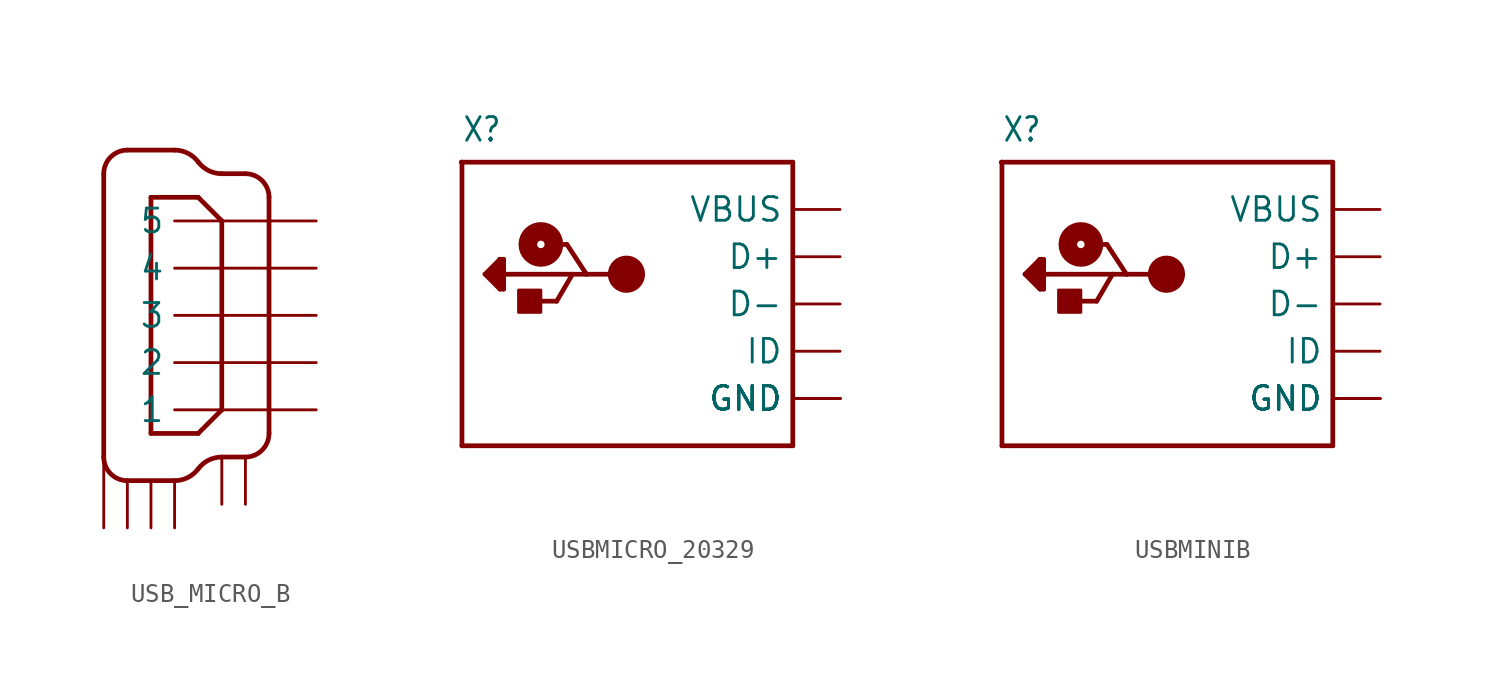
<source format=kicad_sym>
(kicad_symbol_lib
  (version 20241209)
  (generator "kicad_symbol_editor")
  (generator_version "9.0")
  (symbol "USB_MICRO_B"
    (property "Reference" ""
      (at -6.35 12.7 0)
      (effects (font (size 1.778 1.511)) (justify left bottom) (hide yes)))
    (property "Value" ""
      (at -6.35 10.16 0)
      (effects (font (size 1.778 1.511)) (justify left bottom)))
    (property "ki_locked" ""
      (at 0 0 0)
      (effects (font (size 1.27 1.27))))
    (symbol "USB_MICRO_B_1_0"
      (polyline (pts (xy -6.35 7.62) (xy -6.35 -7.62)) (stroke (width 0.254) (type solid)) (fill (type none)))
      (polyline (pts (xy -5.08 8.89) (xy -2.54 8.89)) (stroke (width 0.254) (type solid)) (fill (type none)))
      (polyline (pts (xy -5.08 -8.89) (xy -2.54 -8.89)) (stroke (width 0.254) (type solid)) (fill (type none)))
      (arc (start -6.35 7.62) (mid -5.978 8.518) (end -5.08 8.89) (stroke (width 0.254) (type solid)) (fill (type none)))
      (arc (start -5.08 -8.89) (mid -5.978 -8.518) (end -6.35 -7.62) (stroke (width 0.254) (type solid)) (fill (type none)))
      (polyline (pts (xy -3.81 6.35) (xy -1.27 6.35)) (stroke (width 0.254) (type solid)) (fill (type none)))
      (polyline (pts (xy -3.81 -6.35) (xy -3.81 6.35)) (stroke (width 0.254) (type solid)) (fill (type none)))
      (arc (start -2.54 8.89) (mid -1.83 8.7224) (end -1.2699 8.255) (stroke (width 0.254) (type solid)) (fill (type none)))
      (arc (start -1.2699 -8.255) (mid -1.83 -8.7224) (end -2.54 -8.89) (stroke (width 0.254) (type solid)) (fill (type none)))
      (polyline (pts (xy -1.27 6.35) (xy 0 5.08)) (stroke (width 0.254) (type solid)) (fill (type none)))
      (polyline (pts (xy -1.27 -6.35) (xy -3.81 -6.35)) (stroke (width 0.254) (type solid)) (fill (type none)))
      (arc (start 0 7.62) (mid -0.71 7.7876) (end -1.27 8.255) (stroke (width 0.254) (type solid)) (fill (type none)))
      (arc (start -1.27 -8.255) (mid -0.71 -7.7876) (end 0 -7.62) (stroke (width 0.254) (type solid)) (fill (type none)))
      (polyline (pts (xy 0 7.62) (xy 1.27 7.62)) (stroke (width 0.254) (type solid)) (fill (type none)))
      (polyline (pts (xy 0 5.08) (xy 0 -5.08)) (stroke (width 0.254) (type solid)) (fill (type none)))
      (polyline (pts (xy 0 -5.08) (xy -1.27 -6.35)) (stroke (width 0.254) (type solid)) (fill (type none)))
      (polyline (pts (xy 0 -7.62) (xy 1.27 -7.62)) (stroke (width 0.254) (type solid)) (fill (type none)))
      (arc (start 1.27 7.62) (mid 2.168 7.248) (end 2.54 6.35) (stroke (width 0.254) (type solid)) (fill (type none)))
      (arc (start 2.54 -6.35) (mid 2.168 -7.248) (end 1.27 -7.62) (stroke (width 0.254) (type solid)) (fill (type none)))
      (polyline (pts (xy 2.54 -6.35) (xy 2.54 6.35)) (stroke (width 0.254) (type solid)) (fill (type none)))
      (pin bidirectional line (at -6.35 -11.43 90) (length 5.08) (name "P$4" (effects (font (size 0 0)))) (number "SHIELD_4" (effects (font (size 0 0)))))
      (pin bidirectional line (at -5.08 -11.43 90) (length 2.54) (name "P$3" (effects (font (size 0 0)))) (number "SHIELD_2" (effects (font (size 0 0)))))
      (pin bidirectional line (at -3.81 -11.43 90) (length 2.54) (name "P$2" (effects (font (size 0 0)))) (number "SHIELD_1" (effects (font (size 0 0)))))
      (pin bidirectional line (at -2.54 -11.43 90) (length 2.54) (name "P$1" (effects (font (size 0 0)))) (number "SHIELD_3" (effects (font (size 0 0)))))
      (pin bidirectional line (at 0 -10.16 90) (length 2.54) (name "P$6" (effects (font (size 0 0)))) (number "P$7" (effects (font (size 0 0)))))
      (pin bidirectional line (at 1.27 -10.16 90) (length 2.54) (name "P$5" (effects (font (size 0 0)))) (number "P$6" (effects (font (size 0 0)))))
      (pin bidirectional line (at 5.08 5.08 180) (length 7.62) (name "5" (effects (font (size 1.27 1.27)))) (number "P$5" (effects (font (size 0 0)))))
      (pin bidirectional line (at 5.08 2.54 180) (length 7.62) (name "4" (effects (font (size 1.27 1.27)))) (number "P$4" (effects (font (size 0 0)))))
      (pin bidirectional line (at 5.08 0 180) (length 7.62) (name "3" (effects (font (size 1.27 1.27)))) (number "P$3" (effects (font (size 0 0)))))
      (pin bidirectional line (at 5.08 -2.54 180) (length 7.62) (name "2" (effects (font (size 1.27 1.27)))) (number "P$2" (effects (font (size 0 0)))))
      (pin bidirectional line (at 5.08 -5.08 180) (length 7.62) (name "1" (effects (font (size 1.27 1.27)))) (number "P$1" (effects (font (size 0 0)))))))
  (symbol "USBMICRO_20329"
    (property "Reference" "X"
      (at -10.16 8.636 0)
      (effects (font (size 1.27 1.079)) (justify left bottom)))
    (property "Value" ""
      (at -10.16 -10.16 0)
      (effects (font (size 1.27 1.079)) (justify left bottom)))
    (symbol "USBMICRO_20329_1_0"
      (polyline (pts (xy -10.2 7.62) (xy -10.16 7.62)) (stroke (width 0.254) (type solid)) (fill (type none)))
      (polyline (pts (xy -10.16 7.62) (xy -10.16 -7.62)) (stroke (width 0.254) (type solid)) (fill (type none)))
      (polyline (pts (xy -10.16 7.62) (xy 7.62 7.62)) (stroke (width 0.254) (type solid)) (fill (type none)))
      (polyline (pts (xy -10.16 -7.62) (xy 7.62 -7.62)) (stroke (width 0.254) (type solid)) (fill (type none)))
      (polyline (pts (xy -8.92 1.6) (xy -8.12 2.4)) (stroke (width 0.254) (type solid)) (fill (type none)))
      (polyline (pts (xy -8.52 1.6) (xy -8.52 1.4)) (stroke (width 0.254) (type solid)) (fill (type none)))
      (polyline (pts (xy -8.52 1.4) (xy -8.32 1.2)) (stroke (width 0.254) (type solid)) (fill (type none)))
      (polyline (pts (xy -8.32 2) (xy -8.72 1.6)) (stroke (width 0.254) (type solid)) (fill (type none)))
      (polyline (pts (xy -8.32 1.2) (xy -8.32 2)) (stroke (width 0.254) (type solid)) (fill (type none)))
      (polyline (pts (xy -8.12 2.4) (xy -7.92 2.4)) (stroke (width 0.254) (type solid)) (fill (type none)))
      (polyline (pts (xy -8.12 1) (xy -8.12 2.4)) (stroke (width 0.254) (type solid)) (fill (type none)))
      (polyline (pts (xy -8.12 0.8) (xy -8.92 1.6)) (stroke (width 0.254) (type solid)) (fill (type none)))
      (polyline (pts (xy -7.92 2.4) (xy -7.92 1.6)) (stroke (width 0.254) (type solid)) (fill (type none)))
      (polyline (pts (xy -7.92 1.6) (xy -7.92 0.8)) (stroke (width 0.254) (type solid)) (fill (type none)))
      (polyline (pts (xy -7.92 0.8) (xy -8.12 0.8)) (stroke (width 0.254) (type solid)) (fill (type none)))
      (rectangle (start -7.12 -0.45) (end -5.92 0.75) (stroke (width 0) (type default)) (fill (type outline)))
      (polyline (pts (xy -6.27 0.15) (xy -5.07 0.15)) (stroke (width 0.254) (type solid)) (fill (type none)))
      (circle (center -5.92 3.2) (radius 0.2) (stroke (width 1) (type solid)) (fill (type none)))
      (polyline (pts (xy -5.52 3.2) (xy -4.52 3.2)) (stroke (width 0.254) (type solid)) (fill (type none)))
      (polyline (pts (xy -5.07 0.15) (xy -4.22 1.6)) (stroke (width 0.254) (type solid)) (fill (type none)))
      (polyline (pts (xy -4.52 3.2) (xy -3.47 1.6)) (stroke (width 0.254) (type solid)) (fill (type none)))
      (polyline (pts (xy -4.22 1.6) (xy -7.92 1.6)) (stroke (width 0.254) (type solid)) (fill (type none)))
      (polyline (pts (xy -3.47 1.6) (xy -4.22 1.6)) (stroke (width 0.254) (type solid)) (fill (type none)))
      (circle (center -1.32 1.6) (radius 0.5) (stroke (width 1) (type solid)) (fill (type none)))
      (polyline (pts (xy -1.32 1.6) (xy -3.47 1.6)) (stroke (width 0.254) (type solid)) (fill (type none)))
      (polyline (pts (xy 7.62 7.62) (xy 7.62 -7.62)) (stroke (width 0.254) (type solid)) (fill (type none)))
      (pin power_in line (at 10.16 5.08 180) (length 2.54) (name "VBUS" (effects (font (size 1.27 1.27)))) (number "VBUS" (effects (font (size 0 0)))))
      (pin bidirectional line (at 10.16 2.54 180) (length 2.54) (name "D+" (effects (font (size 1.27 1.27)))) (number "D+" (effects (font (size 0 0)))))
      (pin bidirectional line (at 10.16 0 180) (length 2.54) (name "D-" (effects (font (size 1.27 1.27)))) (number "D-" (effects (font (size 0 0)))))
      (pin bidirectional line (at 10.16 -2.54 180) (length 2.54) (name "ID" (effects (font (size 1.27 1.27)))) (number "ID" (effects (font (size 0 0)))))
      (pin power_in line (at 10.16 -5.08 180) (length 2.54) (name "GND" (effects (font (size 1.27 1.27)))) (number "BASE@1" (effects (font (size 0 0)))))
      (pin power_in line (at 10.16 -5.08 180) (length 2.54) (name "GND" (effects (font (size 1.27 1.27)))) (number "BASE@2" (effects (font (size 0 0)))))
      (pin power_in line (at 10.16 -5.08 180) (length 2.54) (name "GND" (effects (font (size 1.27 1.27)))) (number "GND" (effects (font (size 0 0)))))
      (pin power_in line (at 10.16 -5.08 180) (length 2.54) (name "GND" (effects (font (size 1.27 1.27)))) (number "SPRT@1" (effects (font (size 0 0)))))
      (pin power_in line (at 10.16 -5.08 180) (length 2.54) (name "GND" (effects (font (size 1.27 1.27)))) (number "SPRT@2" (effects (font (size 0 0)))))
      (pin power_in line (at 10.16 -5.08 180) (length 2.54) (name "GND" (effects (font (size 1.27 1.27)))) (number "SPRT@3" (effects (font (size 0 0)))))
      (pin power_in line (at 10.16 -5.08 180) (length 2.54) (name "GND" (effects (font (size 1.27 1.27)))) (number "SPRT@4" (effects (font (size 0 0)))))))
  (symbol "USBMINIB"
    (property "Reference" "X"
      (at -10.16 8.636 0)
      (effects (font (size 1.27 1.079)) (justify left bottom)))
    (property "Value" ""
      (at -10.16 -10.16 0)
      (effects (font (size 1.27 1.079)) (justify left bottom)))
    (property "ki_locked" ""
      (at 0 0 0)
      (effects (font (size 1.27 1.27))))
    (symbol "USBMINIB_1_0"
      (polyline (pts (xy -10.2 7.62) (xy -10.16 7.62)) (stroke (width 0.254) (type solid)) (fill (type none)))
      (polyline (pts (xy -10.16 7.62) (xy -10.16 -7.62)) (stroke (width 0.254) (type solid)) (fill (type none)))
      (polyline (pts (xy -10.16 7.62) (xy 7.62 7.62)) (stroke (width 0.254) (type solid)) (fill (type none)))
      (polyline (pts (xy -10.16 -7.62) (xy 7.62 -7.62)) (stroke (width 0.254) (type solid)) (fill (type none)))
      (polyline (pts (xy -8.92 1.6) (xy -8.12 2.4)) (stroke (width 0.254) (type solid)) (fill (type none)))
      (polyline (pts (xy -8.52 1.6) (xy -8.52 1.4)) (stroke (width 0.254) (type solid)) (fill (type none)))
      (polyline (pts (xy -8.52 1.4) (xy -8.32 1.2)) (stroke (width 0.254) (type solid)) (fill (type none)))
      (polyline (pts (xy -8.32 2) (xy -8.72 1.6)) (stroke (width 0.254) (type solid)) (fill (type none)))
      (polyline (pts (xy -8.32 1.2) (xy -8.32 2)) (stroke (width 0.254) (type solid)) (fill (type none)))
      (polyline (pts (xy -8.12 2.4) (xy -7.92 2.4)) (stroke (width 0.254) (type solid)) (fill (type none)))
      (polyline (pts (xy -8.12 1) (xy -8.12 2.4)) (stroke (width 0.254) (type solid)) (fill (type none)))
      (polyline (pts (xy -8.12 0.8) (xy -8.92 1.6)) (stroke (width 0.254) (type solid)) (fill (type none)))
      (polyline (pts (xy -7.92 2.4) (xy -7.92 1.6)) (stroke (width 0.254) (type solid)) (fill (type none)))
      (polyline (pts (xy -7.92 1.6) (xy -7.92 0.8)) (stroke (width 0.254) (type solid)) (fill (type none)))
      (polyline (pts (xy -7.92 0.8) (xy -8.12 0.8)) (stroke (width 0.254) (type solid)) (fill (type none)))
      (rectangle (start -7.12 -0.45) (end -5.92 0.75) (stroke (width 0) (type default)) (fill (type outline)))
      (polyline (pts (xy -6.27 0.15) (xy -5.07 0.15)) (stroke (width 0.254) (type solid)) (fill (type none)))
      (circle (center -5.92 3.2) (radius 0.2) (stroke (width 1) (type solid)) (fill (type none)))
      (polyline (pts (xy -5.52 3.2) (xy -4.52 3.2)) (stroke (width 0.254) (type solid)) (fill (type none)))
      (polyline (pts (xy -5.07 0.15) (xy -4.22 1.6)) (stroke (width 0.254) (type solid)) (fill (type none)))
      (polyline (pts (xy -4.52 3.2) (xy -3.47 1.6)) (stroke (width 0.254) (type solid)) (fill (type none)))
      (polyline (pts (xy -4.22 1.6) (xy -7.92 1.6)) (stroke (width 0.254) (type solid)) (fill (type none)))
      (polyline (pts (xy -3.47 1.6) (xy -4.22 1.6)) (stroke (width 0.254) (type solid)) (fill (type none)))
      (circle (center -1.32 1.6) (radius 0.5) (stroke (width 1) (type solid)) (fill (type none)))
      (polyline (pts (xy -1.32 1.6) (xy -3.47 1.6)) (stroke (width 0.254) (type solid)) (fill (type none)))
      (polyline (pts (xy 7.62 7.62) (xy 7.62 -7.62)) (stroke (width 0.254) (type solid)) (fill (type none)))
      (pin power_in line (at 10.16 5.08 180) (length 2.54) (name "VBUS" (effects (font (size 1.27 1.27)))) (number "VBUS" (effects (font (size 0 0)))))
      (pin bidirectional line (at 10.16 2.54 180) (length 2.54) (name "D+" (effects (font (size 1.27 1.27)))) (number "D+" (effects (font (size 0 0)))))
      (pin bidirectional line (at 10.16 0 180) (length 2.54) (name "D-" (effects (font (size 1.27 1.27)))) (number "D-" (effects (font (size 0 0)))))
      (pin bidirectional line (at 10.16 -2.54 180) (length 2.54) (name "ID" (effects (font (size 1.27 1.27)))) (number "ID" (effects (font (size 0 0)))))
      (pin power_in line (at 10.16 -5.08 180) (length 2.54) (name "GND" (effects (font (size 1.27 1.27)))) (number "GND" (effects (font (size 0 0)))))
      (pin power_in line (at 10.16 -5.08 180) (length 2.54) (name "GND" (effects (font (size 1.27 1.27)))) (number "GND1" (effects (font (size 0 0)))))
      (pin power_in line (at 10.16 -5.08 180) (length 2.54) (name "GND" (effects (font (size 1.27 1.27)))) (number "GND2" (effects (font (size 0 0)))))
      (pin power_in line (at 10.16 -5.08 180) (length 2.54) (name "GND" (effects (font (size 1.27 1.27)))) (number "GND3" (effects (font (size 0 0)))))
      (pin power_in line (at 10.16 -5.08 180) (length 2.54) (name "GND" (effects (font (size 1.27 1.27)))) (number "GND4" (effects (font (size 0 0))))))))
</source>
